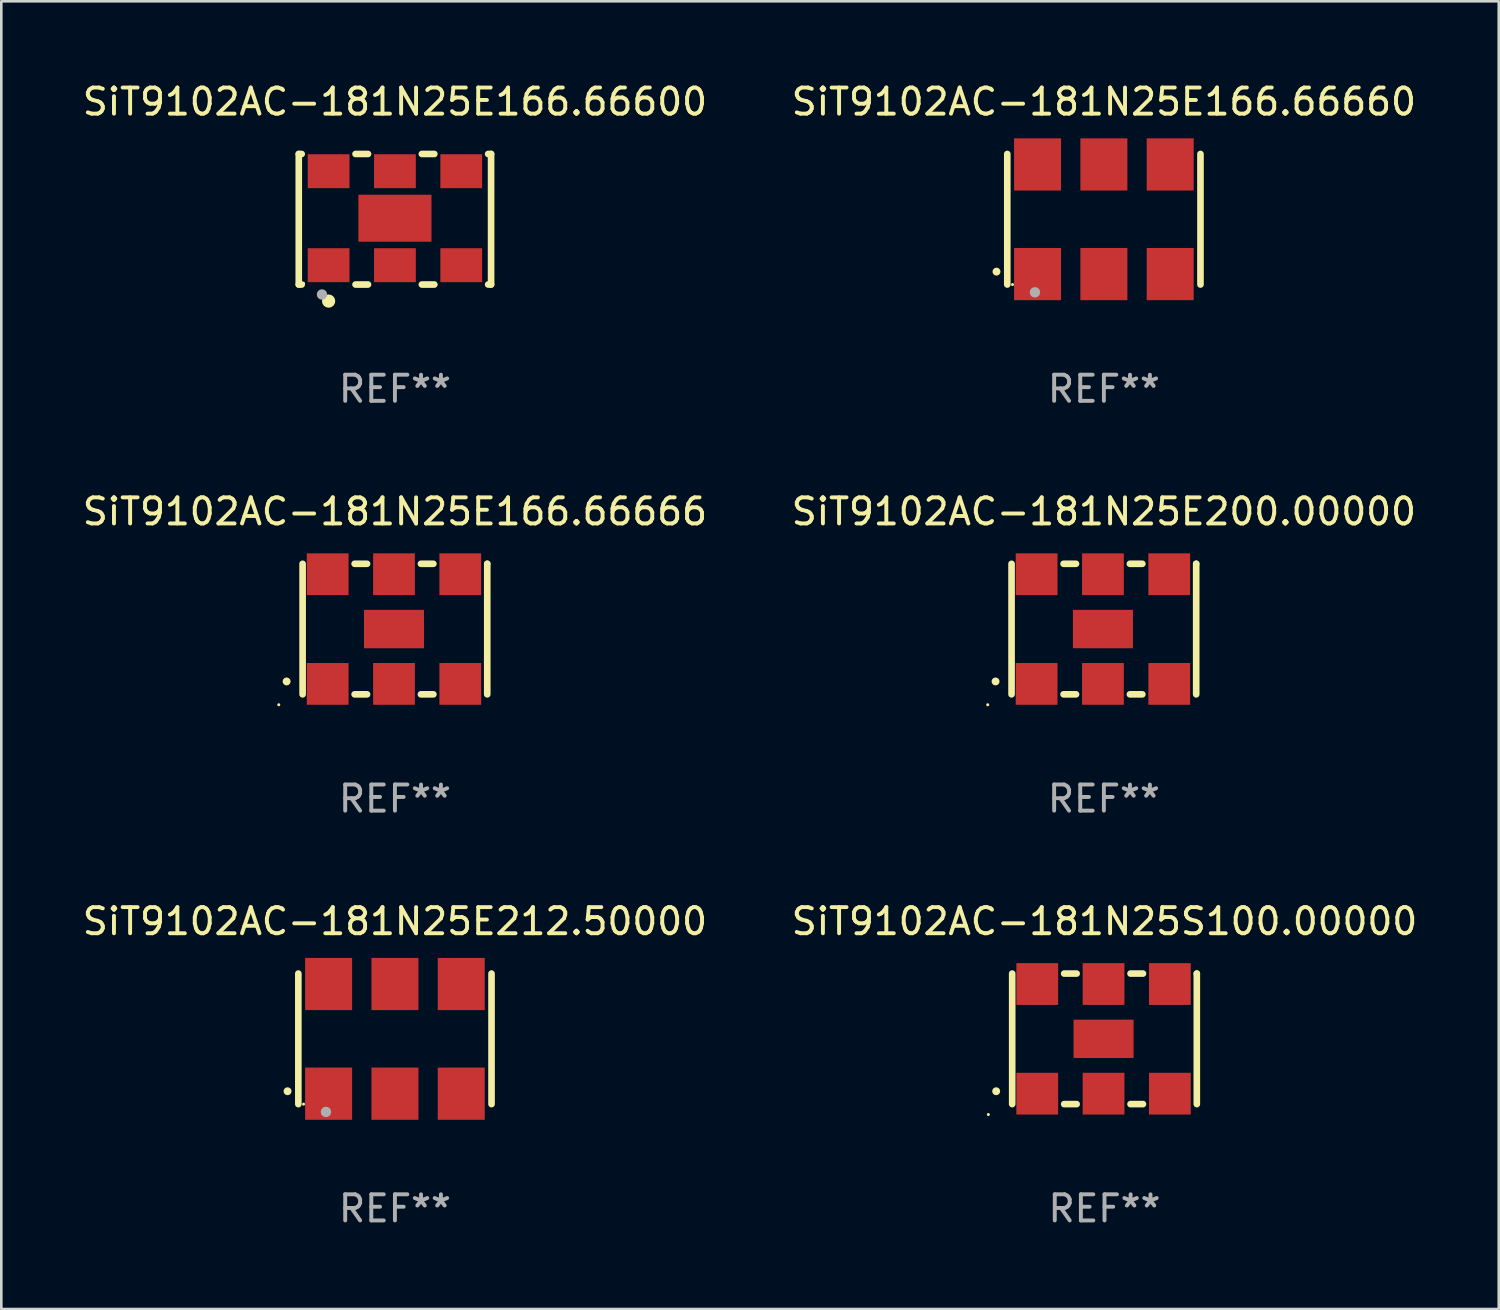
<source format=kicad_pcb>
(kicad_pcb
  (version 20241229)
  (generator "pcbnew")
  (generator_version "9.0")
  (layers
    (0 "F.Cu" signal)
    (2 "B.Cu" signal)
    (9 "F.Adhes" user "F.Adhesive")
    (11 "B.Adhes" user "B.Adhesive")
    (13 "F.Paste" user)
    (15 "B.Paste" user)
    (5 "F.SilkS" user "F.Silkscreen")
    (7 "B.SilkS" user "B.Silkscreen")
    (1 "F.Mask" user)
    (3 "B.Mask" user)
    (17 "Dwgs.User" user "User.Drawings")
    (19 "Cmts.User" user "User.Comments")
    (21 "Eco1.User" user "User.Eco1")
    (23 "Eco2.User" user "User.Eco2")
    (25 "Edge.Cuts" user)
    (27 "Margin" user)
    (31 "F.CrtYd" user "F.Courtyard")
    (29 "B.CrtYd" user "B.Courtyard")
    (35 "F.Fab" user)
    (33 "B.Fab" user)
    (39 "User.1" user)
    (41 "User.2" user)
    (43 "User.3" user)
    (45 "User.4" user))
  (footprint "SiT9102AC-181N25E166.66666"
    (layer "F.Cu")
    (at 12.077 21.045)
    (property "Reference" "SiT9102AC-181N25E166.66666" (at 0 -4.5 0) (layer "F.SilkS") (effects (font (size 1 1) (thickness 0.15))))
    (attr through_hole)
    (fp_line (start -3.536 -2.5) (end -3.536 2.5) (stroke (width 0.254) (type solid)) (layer "F.SilkS"))
    (fp_line (start -1.544 2.5) (end -1.067 2.5) (stroke (width 0.254) (type solid)) (layer "F.SilkS"))
    (fp_line (start -1.067 -2.5) (end -1.544 -2.5) (stroke (width 0.254) (type solid)) (layer "F.SilkS"))
    (fp_line (start 0.996 2.5) (end 1.473 2.5) (stroke (width 0.254) (type solid)) (layer "F.SilkS"))
    (fp_line (start 1.473 -2.5) (end 0.996 -2.5) (stroke (width 0.254) (type solid)) (layer "F.SilkS"))
    (fp_line (start 3.536 -2.5) (end 3.536 -2.5) (stroke (width 0.254) (type solid)) (layer "F.SilkS"))
    (fp_line (start 3.536 2.5) (end 3.536 -2.5) (stroke (width 0.254) (type solid)) (layer "F.SilkS"))
    (fp_arc (start -4.150432 2.006604) (mid -4.149162 2.006599) (end -4.147892 2.006604) (stroke (width 0.3) (type solid)) (layer "F.SilkS"))
    (fp_circle (center -4.449 2.9) (end -4.419 2.9) (stroke (width 0.06) (type solid)) (fill no) (layer "F.SilkS"))
    (fp_text user "REF**" (at 0 6.5 0) (layer "F.Fab") (effects (font (size 1 1) (thickness 0.15))))
    (pad "1" smd rect (at -2.576 2.1) (size 1.6 1.6) (layers "F.Cu" "F.Mask" "F.Paste"))
    (pad "2" smd rect (at -0.036 2.1) (size 1.6 1.6) (layers "F.Cu" "F.Mask" "F.Paste"))
    (pad "3" smd rect (at 2.504 2.1) (size 1.6 1.6) (layers "F.Cu" "F.Mask" "F.Paste"))
    (pad "4" smd rect (at 2.504 -2.1) (size 1.6 1.6) (layers "F.Cu" "F.Mask" "F.Paste"))
    (pad "5" smd rect (at -0.036 -2.1) (size 1.6 1.6) (layers "F.Cu" "F.Mask" "F.Paste"))
    (pad "6" smd rect (at -2.576 -2.1) (size 1.6 1.6) (layers "F.Cu" "F.Mask" "F.Paste"))
    (pad "7" smd rect (at -0.036 0) (size 2.3 1.47) (layers "F.Cu" "F.Mask" "F.Paste")))
  (footprint "SiT9102AC-181N25E200.00000"
    (layer "F.Cu")
    (at 39.232 21.045)
    (property "Reference" "SiT9102AC-181N25E200.00000" (at 0 -4.5 0) (layer "F.SilkS") (effects (font (size 1 1) (thickness 0.15))))
    (attr through_hole)
    (fp_line (start -3.536 -2.5) (end -3.536 2.5) (stroke (width 0.254) (type solid)) (layer "F.SilkS"))
    (fp_line (start -1.544 2.5) (end -1.067 2.5) (stroke (width 0.254) (type solid)) (layer "F.SilkS"))
    (fp_line (start -1.067 -2.5) (end -1.544 -2.5) (stroke (width 0.254) (type solid)) (layer "F.SilkS"))
    (fp_line (start 0.996 2.5) (end 1.473 2.5) (stroke (width 0.254) (type solid)) (layer "F.SilkS"))
    (fp_line (start 1.473 -2.5) (end 0.996 -2.5) (stroke (width 0.254) (type solid)) (layer "F.SilkS"))
    (fp_line (start 3.536 -2.5) (end 3.536 -2.5) (stroke (width 0.254) (type solid)) (layer "F.SilkS"))
    (fp_line (start 3.536 2.5) (end 3.536 -2.5) (stroke (width 0.254) (type solid)) (layer "F.SilkS"))
    (fp_arc (start -4.150432 2.006604) (mid -4.149162 2.006599) (end -4.147892 2.006604) (stroke (width 0.3) (type solid)) (layer "F.SilkS"))
    (fp_circle (center -4.449 2.9) (end -4.419 2.9) (stroke (width 0.06) (type solid)) (fill no) (layer "F.SilkS"))
    (fp_text user "REF**" (at 0 6.5 0) (layer "F.Fab") (effects (font (size 1 1) (thickness 0.15))))
    (pad "1" smd rect (at -2.576 2.1) (size 1.6 1.6) (layers "F.Cu" "F.Mask" "F.Paste"))
    (pad "2" smd rect (at -0.036 2.1) (size 1.6 1.6) (layers "F.Cu" "F.Mask" "F.Paste"))
    (pad "3" smd rect (at 2.504 2.1) (size 1.6 1.6) (layers "F.Cu" "F.Mask" "F.Paste"))
    (pad "4" smd rect (at 2.504 -2.1) (size 1.6 1.6) (layers "F.Cu" "F.Mask" "F.Paste"))
    (pad "5" smd rect (at -0.036 -2.1) (size 1.6 1.6) (layers "F.Cu" "F.Mask" "F.Paste"))
    (pad "6" smd rect (at -2.576 -2.1) (size 1.6 1.6) (layers "F.Cu" "F.Mask" "F.Paste"))
    (pad "7" smd rect (at -0.036 0) (size 2.3 1.47) (layers "F.Cu" "F.Mask" "F.Paste")))
  (footprint "SiT9102AC-181N25E212.50000"
    (layer "F.Cu")
    (at 12.077 36.741)
    (property "Reference" "SiT9102AC-181N25E212.50000" (at 0 -4.5 0) (layer "F.SilkS") (effects (font (size 1 1) (thickness 0.15))))
    (attr through_hole)
    (fp_line (start -3.7 -2.5) (end -3.7 2.5) (stroke (width 0.254) (type solid)) (layer "F.SilkS"))
    (fp_line (start 3.7 -2.5) (end 3.7 2.5) (stroke (width 0.254) (type solid)) (layer "F.SilkS"))
    (fp_arc (start -4.114415 2.006604) (mid -4.113145 2.006599) (end -4.111875 2.006604) (stroke (width 0.3) (type solid)) (layer "F.SilkS"))
    (fp_circle (center -3.5 2.501) (end -3.47 2.501) (stroke (width 0.06) (type solid)) (fill no) (layer "F.SilkS"))
    (fp_circle (center -2.641 2.799) (end -2.541 2.799) (stroke (width 0.2) (type solid)) (fill no) (layer "F.Fab"))
    (fp_text user "REF**" (at 0 6.5 0) (layer "F.Fab") (effects (font (size 1 1) (thickness 0.15))))
    (pad "1" smd rect (at -2.54 2.1) (size 1.8 2) (layers "F.Cu" "F.Mask" "F.Paste"))
    (pad "2" smd rect (at 0.000394 2.1) (size 1.8 2) (layers "F.Cu" "F.Mask" "F.Paste"))
    (pad "3" smd rect (at 2.54 2.1) (size 1.8 2) (layers "F.Cu" "F.Mask" "F.Paste"))
    (pad "4" smd rect (at 2.54 -2.1) (size 1.8 2) (layers "F.Cu" "F.Mask" "F.Paste"))
    (pad "5" smd rect (at 0.000394 -2.1) (size 1.8 2) (layers "F.Cu" "F.Mask" "F.Paste"))
    (pad "6" smd rect (at -2.54 -2.1) (size 1.8 2) (layers "F.Cu" "F.Mask" "F.Paste")))
  (footprint "SiT9102AC-181N25E166.66600"
    (layer "F.Cu")
    (at 12.077 5.348)
    (property "Reference" "SiT9102AC-181N25E166.66600" (at 0 -4.5 0) (layer "F.SilkS") (effects (font (size 1 1) (thickness 0.15))))
    (attr through_hole)
    (fp_line (start -3.683 -2.5) (end -3.571 -2.5) (stroke (width 0.254) (type solid)) (layer "F.SilkS"))
    (fp_line (start -3.683 2.5) (end -3.683 -2.5) (stroke (width 0.254) (type solid)) (layer "F.SilkS"))
    (fp_line (start -3.683 2.5) (end -3.571 2.5) (stroke (width 0.254) (type solid)) (layer "F.SilkS"))
    (fp_line (start -1.509 -2.5) (end -1.031 -2.5) (stroke (width 0.254) (type solid)) (layer "F.SilkS"))
    (fp_line (start -1.509 2.5) (end -1.031 2.5) (stroke (width 0.254) (type solid)) (layer "F.SilkS"))
    (fp_line (start 1.031 -2.5) (end 1.509 -2.5) (stroke (width 0.254) (type solid)) (layer "F.SilkS"))
    (fp_line (start 1.031 2.5) (end 1.509 2.5) (stroke (width 0.254) (type solid)) (layer "F.SilkS"))
    (fp_line (start 3.571 -2.5) (end 3.683 -2.5) (stroke (width 0.254) (type solid)) (layer "F.SilkS"))
    (fp_line (start 3.571 2.5) (end 3.683 2.5) (stroke (width 0.254) (type solid)) (layer "F.SilkS"))
    (fp_line (start 3.683 2.5) (end 3.683 -2.5) (stroke (width 0.254) (type solid)) (layer "F.SilkS"))
    (fp_circle (center -3.5 2.46) (end -3.47 2.46) (stroke (width 0.06) (type solid)) (fill no) (layer "F.SilkS"))
    (fp_circle (center -2.54 3.135) (end -2.413 3.135) (stroke (width 0.254) (type solid)) (fill no) (layer "F.SilkS"))
    (fp_circle (center -2.794 2.881) (end -2.694 2.881) (stroke (width 0.2) (type solid)) (fill no) (layer "F.Fab"))
    (fp_text user "REF**" (at 0 6.5 0) (layer "F.Fab") (effects (font (size 1 1) (thickness 0.15))))
    (pad "1" smd rect (at -2.54 1.76) (size 1.6 1.3) (layers "F.Cu" "F.Mask" "F.Paste"))
    (pad "2" smd rect (at 0 1.76) (size 1.6 1.3) (layers "F.Cu" "F.Mask" "F.Paste"))
    (pad "3" smd rect (at 2.54 1.76) (size 1.6 1.3) (layers "F.Cu" "F.Mask" "F.Paste"))
    (pad "4" smd rect (at 2.54 -1.84) (size 1.6 1.3) (layers "F.Cu" "F.Mask" "F.Paste"))
    (pad "5" smd rect (at 0 -1.84) (size 1.6 1.3) (layers "F.Cu" "F.Mask" "F.Paste"))
    (pad "6" smd rect (at -2.54 -1.84) (size 1.6 1.3) (layers "F.Cu" "F.Mask" "F.Paste"))
    (pad "7" smd rect (at 0 -0.04) (size 2.8 1.8) (layers "F.Cu" "F.Mask" "F.Paste")))
  (footprint "SiT9102AC-181N25E166.66660"
    (layer "F.Cu")
    (at 39.232 5.348)
    (property "Reference" "SiT9102AC-181N25E166.66660" (at 0 -4.5 0) (layer "F.SilkS") (effects (font (size 1 1) (thickness 0.15))))
    (attr through_hole)
    (fp_line (start -3.7 -2.5) (end -3.7 2.5) (stroke (width 0.254) (type solid)) (layer "F.SilkS"))
    (fp_line (start 3.7 -2.5) (end 3.7 2.5) (stroke (width 0.254) (type solid)) (layer "F.SilkS"))
    (fp_arc (start -4.114415 2.006604) (mid -4.113145 2.006599) (end -4.111875 2.006604) (stroke (width 0.3) (type solid)) (layer "F.SilkS"))
    (fp_circle (center -3.5 2.501) (end -3.47 2.501) (stroke (width 0.06) (type solid)) (fill no) (layer "F.SilkS"))
    (fp_circle (center -2.641 2.799) (end -2.541 2.799) (stroke (width 0.2) (type solid)) (fill no) (layer "F.Fab"))
    (fp_text user "REF**" (at 0 6.5 0) (layer "F.Fab") (effects (font (size 1 1) (thickness 0.15))))
    (pad "1" smd rect (at -2.54 2.1) (size 1.8 2) (layers "F.Cu" "F.Mask" "F.Paste"))
    (pad "2" smd rect (at 0.000394 2.1) (size 1.8 2) (layers "F.Cu" "F.Mask" "F.Paste"))
    (pad "3" smd rect (at 2.54 2.1) (size 1.8 2) (layers "F.Cu" "F.Mask" "F.Paste"))
    (pad "4" smd rect (at 2.54 -2.1) (size 1.8 2) (layers "F.Cu" "F.Mask" "F.Paste"))
    (pad "5" smd rect (at 0.000394 -2.1) (size 1.8 2) (layers "F.Cu" "F.Mask" "F.Paste"))
    (pad "6" smd rect (at -2.54 -2.1) (size 1.8 2) (layers "F.Cu" "F.Mask" "F.Paste")))
  (footprint "SiT9102AC-181N25S100.00000"
    (layer "F.Cu")
    (at 39.256 36.741)
    (property "Reference" "SiT9102AC-181N25S100.00000" (at 0 -4.5 0) (layer "F.SilkS") (effects (font (size 1 1) (thickness 0.15))))
    (attr through_hole)
    (fp_line (start -3.536 -2.5) (end -3.536 2.5) (stroke (width 0.254) (type solid)) (layer "F.SilkS"))
    (fp_line (start -1.544 2.5) (end -1.067 2.5) (stroke (width 0.254) (type solid)) (layer "F.SilkS"))
    (fp_line (start -1.067 -2.5) (end -1.544 -2.5) (stroke (width 0.254) (type solid)) (layer "F.SilkS"))
    (fp_line (start 0.996 2.5) (end 1.473 2.5) (stroke (width 0.254) (type solid)) (layer "F.SilkS"))
    (fp_line (start 1.473 -2.5) (end 0.996 -2.5) (stroke (width 0.254) (type solid)) (layer "F.SilkS"))
    (fp_line (start 3.536 -2.5) (end 3.536 -2.5) (stroke (width 0.254) (type solid)) (layer "F.SilkS"))
    (fp_line (start 3.536 2.5) (end 3.536 -2.5) (stroke (width 0.254) (type solid)) (layer "F.SilkS"))
    (fp_arc (start -4.150432 2.006604) (mid -4.149162 2.006599) (end -4.147892 2.006604) (stroke (width 0.3) (type solid)) (layer "F.SilkS"))
    (fp_circle (center -4.449 2.9) (end -4.419 2.9) (stroke (width 0.06) (type solid)) (fill no) (layer "F.SilkS"))
    (fp_text user "REF**" (at 0 6.5 0) (layer "F.Fab") (effects (font (size 1 1) (thickness 0.15))))
    (pad "1" smd rect (at -2.576 2.1) (size 1.6 1.6) (layers "F.Cu" "F.Mask" "F.Paste"))
    (pad "2" smd rect (at -0.036 2.1) (size 1.6 1.6) (layers "F.Cu" "F.Mask" "F.Paste"))
    (pad "3" smd rect (at 2.504 2.1) (size 1.6 1.6) (layers "F.Cu" "F.Mask" "F.Paste"))
    (pad "4" smd rect (at 2.504 -2.1) (size 1.6 1.6) (layers "F.Cu" "F.Mask" "F.Paste"))
    (pad "5" smd rect (at -0.036 -2.1) (size 1.6 1.6) (layers "F.Cu" "F.Mask" "F.Paste"))
    (pad "6" smd rect (at -2.576 -2.1) (size 1.6 1.6) (layers "F.Cu" "F.Mask" "F.Paste"))
    (pad "7" smd rect (at -0.036 0) (size 2.3 1.47) (layers "F.Cu" "F.Mask" "F.Paste")))
  (gr_rect
    (start -3 -3)
    (end 54.357 47.09)
    (stroke (width 0.1) (type default))
    (fill no)
    (layer "Edge.Cuts")))
</source>
